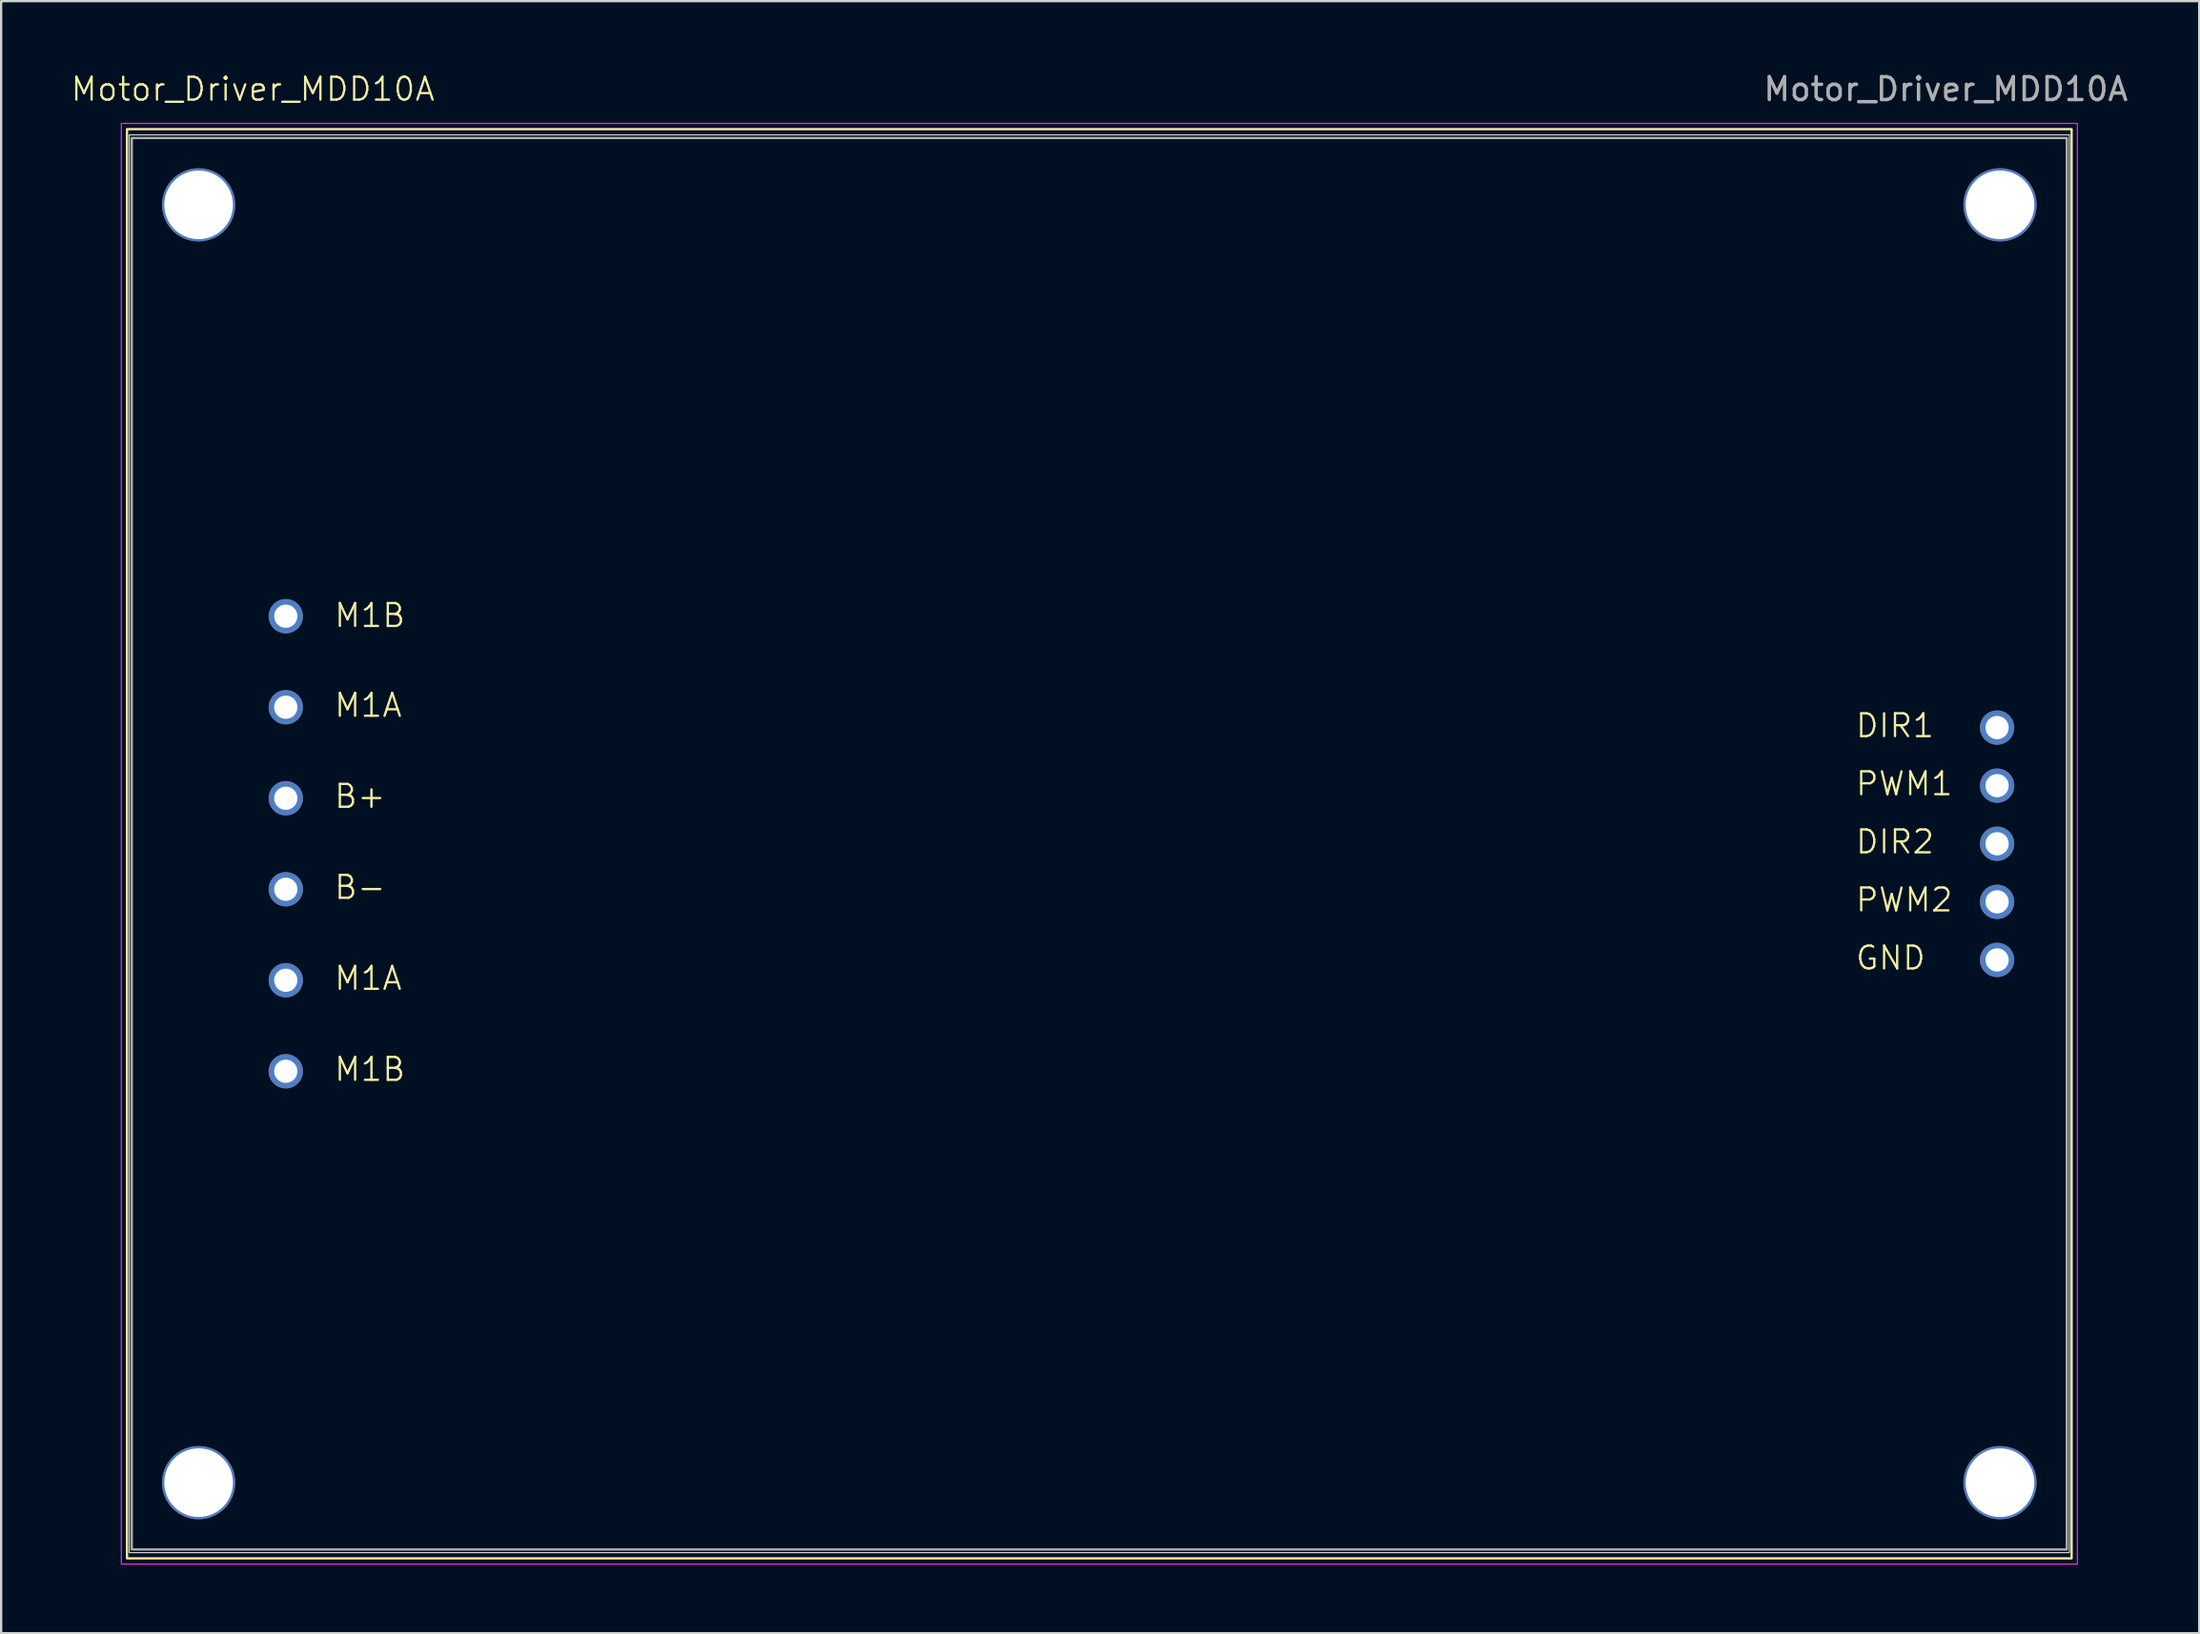
<source format=kicad_pcb>
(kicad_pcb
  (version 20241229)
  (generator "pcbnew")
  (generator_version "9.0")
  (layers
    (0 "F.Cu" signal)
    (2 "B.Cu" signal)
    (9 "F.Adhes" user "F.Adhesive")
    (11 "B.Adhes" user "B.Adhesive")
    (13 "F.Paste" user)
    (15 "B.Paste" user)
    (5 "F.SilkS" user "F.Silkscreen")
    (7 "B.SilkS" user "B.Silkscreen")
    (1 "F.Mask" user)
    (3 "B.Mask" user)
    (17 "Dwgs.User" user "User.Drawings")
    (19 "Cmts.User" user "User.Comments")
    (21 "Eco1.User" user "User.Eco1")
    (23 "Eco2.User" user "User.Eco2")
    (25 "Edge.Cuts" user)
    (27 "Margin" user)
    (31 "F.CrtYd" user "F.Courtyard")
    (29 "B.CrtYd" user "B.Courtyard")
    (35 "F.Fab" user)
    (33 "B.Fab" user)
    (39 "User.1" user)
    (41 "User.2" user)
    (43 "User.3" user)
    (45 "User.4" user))
  (footprint "Motor_Driver_MDD10A"
    (layer "F.Cu")
    (at 45.002 33.848)
    (property "Reference" "Motor_Driver_MDD10A" (at -37 -33 0) (unlocked yes) (layer "F.SilkS") (effects (font (size 1 1) (thickness 0.1))))
    (attr smd)
    (fp_rect (start -42.5 -31.25) (end 42.5 31.25) (stroke (width 0.1) (type default)) (fill no) (layer "F.SilkS"))
    (fp_rect (start -42.4 -31) (end 42.4 31) (stroke (width 0.05) (type default)) (fill no) (layer "Edge.Cuts"))
    (fp_rect (start -42.75 -31.5) (end 42.75 31.5) (stroke (width 0.05) (type default)) (fill no) (layer "F.CrtYd"))
    (fp_rect (start -42.291 -30.861) (end 42.291 30.861) (stroke (width 0.1) (type default)) (fill no) (layer "F.Fab"))
    (fp_text user "M1B" (at -33.5 -9.4 0) (unlocked yes) (layer "F.SilkS") (effects (font (size 1 1) (thickness 0.1)) (justify left bottom)))
    (fp_text user "DIR2" (at 33 0.5 0) (unlocked yes) (layer "F.SilkS") (effects (font (size 1 1) (thickness 0.1)) (justify left bottom)))
    (fp_text user "PWM2" (at 33 3.04 0) (unlocked yes) (layer "F.SilkS") (effects (font (size 1 1) (thickness 0.1)) (justify left bottom)))
    (fp_text user "PWM1" (at 33 -2.04 0) (unlocked yes) (layer "F.SilkS") (effects (font (size 1 1) (thickness 0.1)) (justify left bottom)))
    (fp_text user "M1B" (at -33.5 10.45 0) (unlocked yes) (layer "F.SilkS") (effects (font (size 1 1) (thickness 0.1)) (justify left bottom)))
    (fp_text user "M1A" (at -33.5 -5.47 0) (unlocked yes) (layer "F.SilkS") (effects (font (size 1 1) (thickness 0.1)) (justify left bottom)))
    (fp_text user "GND" (at 33 5.58 0) (unlocked yes) (layer "F.SilkS") (effects (font (size 1 1) (thickness 0.1)) (justify left bottom)))
    (fp_text user "DIR1" (at 33 -4.58 0) (unlocked yes) (layer "F.SilkS") (effects (font (size 1 1) (thickness 0.1)) (justify left bottom)))
    (fp_text user "B-" (at -33.5 2.49 0) (unlocked yes) (layer "F.SilkS") (effects (font (size 1 1) (thickness 0.1)) (justify left bottom)))
    (fp_text user "M1A" (at -33.5 6.47 0) (unlocked yes) (layer "F.SilkS") (effects (font (size 1 1) (thickness 0.1)) (justify left bottom)))
    (fp_text user "B+" (at -33.5 -1.49 0) (unlocked yes) (layer "F.SilkS") (effects (font (size 1 1) (thickness 0.1)) (justify left bottom)))
    (fp_text user "${REFERENCE}" (at 37 -33 0) (unlocked yes) (layer "F.Fab") (effects (font (size 1 1) (thickness 0.15))))
    (pad "" np_thru_hole circle (at -39.37 -27.94) (size 3.2 3.2) (drill 3) (layers "*.Cu" "*.Mask"))
    (pad "" np_thru_hole circle (at -39.37 27.94) (size 3.2 3.2) (drill 3) (layers "*.Cu" "*.Mask"))
    (pad "" np_thru_hole circle (at 39.37 -27.94) (size 3.2 3.2) (drill 3) (layers "*.Cu" "*.Mask"))
    (pad "" np_thru_hole circle (at 39.37 27.94) (size 3.2 3.2) (drill 3) (layers "*.Cu" "*.Mask"))
    (pad "1" thru_hole circle (at 39.243 5.08) (size 1.5 1.5) (drill 1.016) (layers "*.Cu" "*.Mask"))
    (pad "2" thru_hole circle (at 39.243 2.54) (size 1.5 1.5) (drill 1.016) (layers "*.Cu" "*.Mask"))
    (pad "3" thru_hole circle (at 39.243 0) (size 1.5 1.5) (drill 1.016) (layers "*.Cu" "*.Mask"))
    (pad "4" thru_hole circle (at 39.243 -2.54) (size 1.5 1.5) (drill 1.016) (layers "*.Cu" "*.Mask"))
    (pad "5" thru_hole circle (at 39.243 -5.08) (size 1.5 1.5) (drill 1.016) (layers "*.Cu" "*.Mask"))
    (pad "6" thru_hole circle (at -35.56 -9.95) (size 1.5 1.5) (drill 1.016) (layers "*.Cu" "*.Mask"))
    (pad "7" thru_hole circle (at -35.56 -5.97) (size 1.5 1.5) (drill 1.016) (layers "*.Cu" "*.Mask"))
    (pad "8" thru_hole circle (at -35.56 -1.99) (size 1.5 1.5) (drill 1.016) (layers "*.Cu" "*.Mask"))
    (pad "9" thru_hole circle (at -35.56 1.99) (size 1.5 1.5) (drill 1.016) (layers "*.Cu" "*.Mask"))
    (pad "10" thru_hole circle (at -35.56 5.97) (size 1.5 1.5) (drill 1.016) (layers "*.Cu" "*.Mask"))
    (pad "11" thru_hole circle (at -35.56 9.95) (size 1.5 1.5) (drill 1.016) (layers "*.Cu" "*.Mask")))
  (gr_rect
    (start -3 -3)
    (end 93.08 68.373)
    (stroke (width 0.1) (type default))
    (fill no)
    (layer "Edge.Cuts")))
</source>
